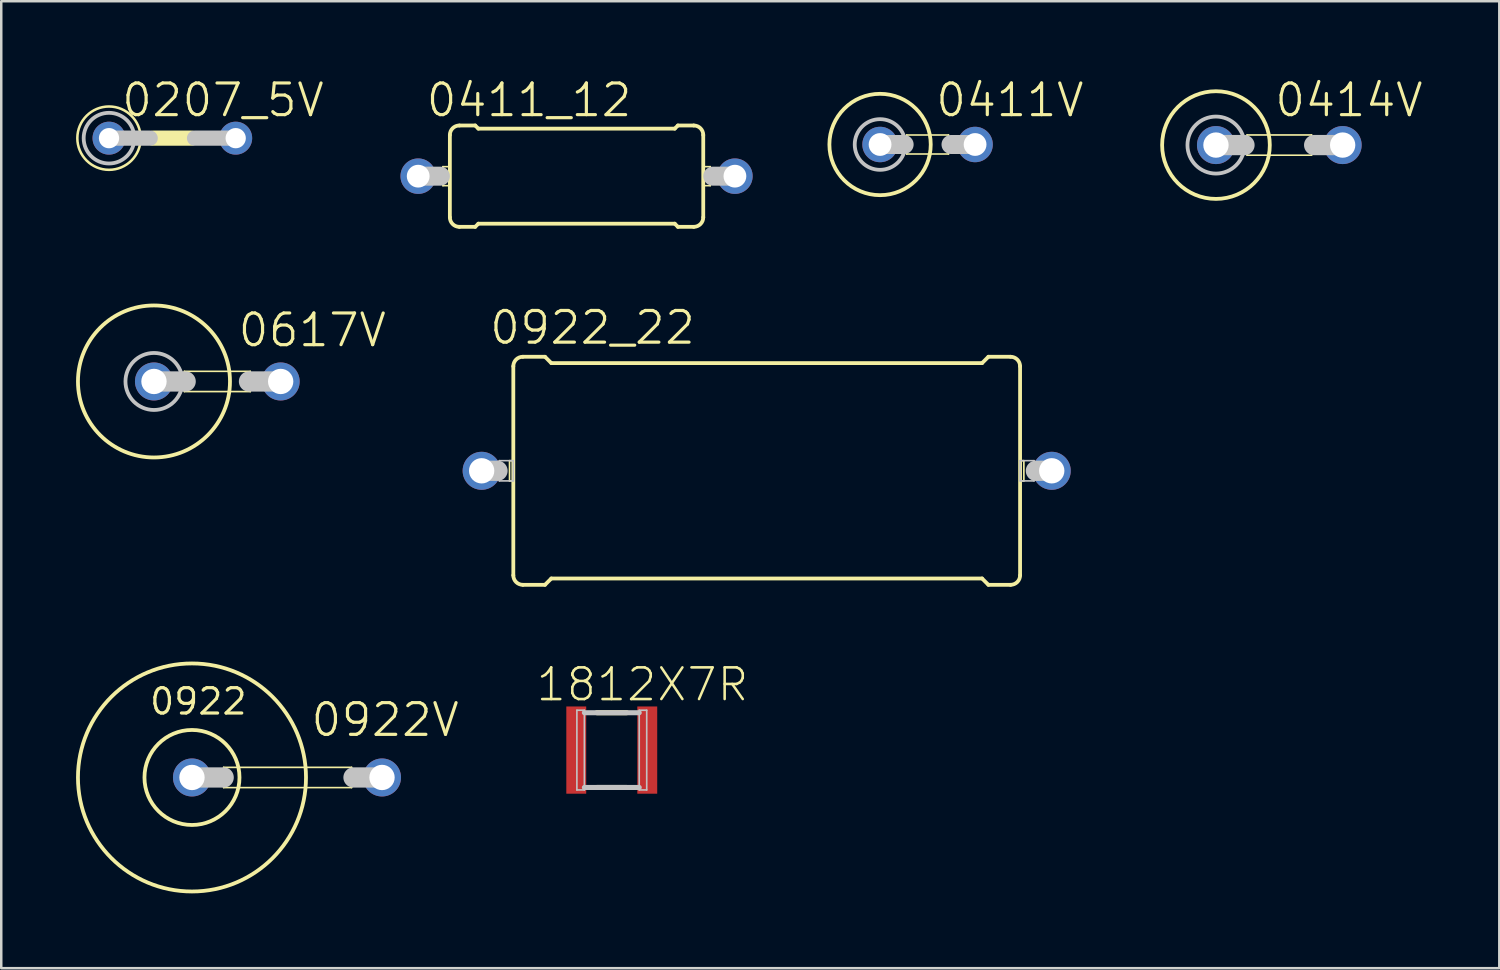
<source format=kicad_pcb>
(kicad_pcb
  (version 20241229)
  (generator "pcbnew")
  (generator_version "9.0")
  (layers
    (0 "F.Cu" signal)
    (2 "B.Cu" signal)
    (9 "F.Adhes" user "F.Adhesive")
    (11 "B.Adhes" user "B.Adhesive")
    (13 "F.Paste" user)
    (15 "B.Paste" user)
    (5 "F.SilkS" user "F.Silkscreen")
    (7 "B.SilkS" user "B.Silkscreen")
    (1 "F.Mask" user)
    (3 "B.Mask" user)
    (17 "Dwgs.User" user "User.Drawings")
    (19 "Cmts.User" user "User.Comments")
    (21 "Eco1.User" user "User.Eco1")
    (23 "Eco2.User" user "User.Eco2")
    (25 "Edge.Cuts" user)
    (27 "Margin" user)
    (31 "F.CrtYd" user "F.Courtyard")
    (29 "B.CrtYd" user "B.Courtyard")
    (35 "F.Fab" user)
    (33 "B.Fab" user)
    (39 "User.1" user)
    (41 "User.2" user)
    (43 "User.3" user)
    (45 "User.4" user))
  (footprint "1812X7R"
    (layer "F.Cu")
    (at 21.482 27.027)
    (property "Reference" "1812X7R" (at 1.229 -2.629 0) (layer "F.SilkS") (effects (font (size 1.27 1.27) (thickness 0.102))))
    (attr smd)
    (fp_line (start -0.599 -1.499) (end 0.599 -1.499) (stroke (width 0.203) (type solid)) (layer "F.SilkS"))
    (fp_line (start 0.599 1.499) (end -0.599 1.499) (stroke (width 0.203) (type solid)) (layer "F.SilkS"))
    (fp_line (start -1.4 -1.598) (end -1.1 -1.598) (stroke (width 0.066) (type solid)) (layer "Dwgs.User"))
    (fp_line (start -1.4 1.598) (end -1.4 -1.598) (stroke (width 0.066) (type solid)) (layer "Dwgs.User"))
    (fp_line (start -1.4 1.598) (end -1.1 1.598) (stroke (width 0.066) (type solid)) (layer "Dwgs.User"))
    (fp_line (start -1.1 -1.499) (end 1.1 -1.499) (stroke (width 0.203) (type solid)) (layer "Dwgs.User"))
    (fp_line (start -1.1 1.598) (end -1.1 -1.598) (stroke (width 0.066) (type solid)) (layer "Dwgs.User"))
    (fp_line (start 1.1 -1.598) (end 1.4 -1.598) (stroke (width 0.066) (type solid)) (layer "Dwgs.User"))
    (fp_line (start 1.1 1.499) (end -1.1 1.499) (stroke (width 0.203) (type solid)) (layer "Dwgs.User"))
    (fp_line (start 1.1 1.598) (end 1.1 -1.598) (stroke (width 0.066) (type solid)) (layer "Dwgs.User"))
    (fp_line (start 1.1 1.598) (end 1.4 1.598) (stroke (width 0.066) (type solid)) (layer "Dwgs.User"))
    (fp_line (start 1.4 1.598) (end 1.4 -1.598) (stroke (width 0.066) (type solid)) (layer "Dwgs.User"))
    (pad "1" smd rect (at -1.425 0) (size 0.798 3.498) (layers "F.Cu" "F.Mask" "F.Paste"))
    (pad "2" smd rect (at 1.422 0 180) (size 0.798 3.498) (layers "F.Cu" "F.Mask" "F.Paste")))
  (footprint "0207_5V"
    (layer "F.Cu")
    (at 3.861 2.49)
    (property "Reference" "0207_5V" (at 2.032 -1.524 0) (layer "F.SilkS") (effects (font (size 1.27 1.27) (thickness 0.127))))
    (attr exclude_from_pos_files exclude_from_bom)
    (fp_line (start -0.762 0) (end 0.762 0) (stroke (width 0.61) (type solid)) (layer "F.SilkS"))
    (fp_circle (center -2.54 0) (end -2.54 -1.27) (stroke (width 0.102) (type solid)) (fill no) (layer "F.SilkS"))
    (fp_line (start -2.54 0) (end -0.889 0) (stroke (width 0.61) (type solid)) (layer "Dwgs.User"))
    (fp_line (start 0.889 0) (end 2.54 0) (stroke (width 0.61) (type solid)) (layer "Dwgs.User"))
    (fp_circle (center -2.54 0) (end -2.54 -1.016) (stroke (width 0.152) (type solid)) (fill no) (layer "Dwgs.User"))
    (pad "1" thru_hole circle (at -2.54 0) (size 1.321 1.321) (drill 0.813) (layers "*.Cu" "*.Paste" "*.Mask"))
    (pad "2" thru_hole circle (at 2.54 0) (size 1.321 1.321) (drill 0.813) (layers "*.Cu" "*.Paste" "*.Mask")))
  (footprint "0922_22"
    (layer "F.Cu")
    (at 27.693 15.828)
    (property "Reference" "0922_22" (at -6.985 -5.74 0) (layer "F.SilkS") (effects (font (size 1.27 1.27) (thickness 0.127))))
    (attr exclude_from_pos_files exclude_from_bom)
    (fp_line (start -10.312 -0.406) (end -10.16 -0.406) (stroke (width 0.066) (type solid)) (layer "F.SilkS"))
    (fp_line (start -10.312 0.406) (end -10.312 -0.406) (stroke (width 0.066) (type solid)) (layer "F.SilkS"))
    (fp_line (start -10.312 0.406) (end -10.16 0.406) (stroke (width 0.066) (type solid)) (layer "F.SilkS"))
    (fp_line (start -10.16 0.406) (end -10.16 -0.406) (stroke (width 0.066) (type solid)) (layer "F.SilkS"))
    (fp_line (start -10.16 4.191) (end -10.16 -4.191) (stroke (width 0.152) (type solid)) (layer "F.SilkS"))
    (fp_line (start -9.779 -4.572) (end -8.89 -4.572) (stroke (width 0.152) (type solid)) (layer "F.SilkS"))
    (fp_line (start -9.779 4.572) (end -8.89 4.572) (stroke (width 0.152) (type solid)) (layer "F.SilkS"))
    (fp_line (start -8.636 -4.318) (end -8.89 -4.572) (stroke (width 0.152) (type solid)) (layer "F.SilkS"))
    (fp_line (start -8.636 4.318) (end -8.89 4.572) (stroke (width 0.152) (type solid)) (layer "F.SilkS"))
    (fp_line (start 8.636 -4.318) (end -8.636 -4.318) (stroke (width 0.152) (type solid)) (layer "F.SilkS"))
    (fp_line (start 8.636 -4.318) (end 8.89 -4.572) (stroke (width 0.152) (type solid)) (layer "F.SilkS"))
    (fp_line (start 8.636 4.318) (end -8.636 4.318) (stroke (width 0.152) (type solid)) (layer "F.SilkS"))
    (fp_line (start 8.636 4.318) (end 8.89 4.572) (stroke (width 0.152) (type solid)) (layer "F.SilkS"))
    (fp_line (start 9.779 -4.572) (end 8.89 -4.572) (stroke (width 0.152) (type solid)) (layer "F.SilkS"))
    (fp_line (start 9.779 4.572) (end 8.89 4.572) (stroke (width 0.152) (type solid)) (layer "F.SilkS"))
    (fp_line (start 10.16 -0.406) (end 10.312 -0.406) (stroke (width 0.066) (type solid)) (layer "F.SilkS"))
    (fp_line (start 10.16 0.406) (end 10.16 -0.406) (stroke (width 0.066) (type solid)) (layer "F.SilkS"))
    (fp_line (start 10.16 0.406) (end 10.312 0.406) (stroke (width 0.066) (type solid)) (layer "F.SilkS"))
    (fp_line (start 10.16 4.191) (end 10.16 -4.191) (stroke (width 0.152) (type solid)) (layer "F.SilkS"))
    (fp_line (start 10.312 0.406) (end 10.312 -0.406) (stroke (width 0.066) (type solid)) (layer "F.SilkS"))
    (fp_arc (start -10.16 -4.191) (mid -10.048408 -4.460408) (end -9.779 -4.572) (stroke (width 0.1524) (type solid)) (layer "F.SilkS"))
    (fp_arc (start -9.779 4.572) (mid -10.048408 4.460408) (end -10.16 4.191) (stroke (width 0.1524) (type solid)) (layer "F.SilkS"))
    (fp_arc (start 9.779 -4.572) (mid 10.048408 -4.460408) (end 10.16 -4.191) (stroke (width 0.1524) (type solid)) (layer "F.SilkS"))
    (fp_arc (start 10.16 4.191) (mid 10.048408 4.460408) (end 9.779 4.572) (stroke (width 0.1524) (type solid)) (layer "F.SilkS"))
    (fp_line (start -11.43 0) (end -10.795 0) (stroke (width 0.813) (type solid)) (layer "Dwgs.User"))
    (fp_line (start -10.719 -0.406) (end -10.16 -0.406) (stroke (width 0.066) (type solid)) (layer "Dwgs.User"))
    (fp_line (start -10.719 0.406) (end -10.719 -0.406) (stroke (width 0.066) (type solid)) (layer "Dwgs.User"))
    (fp_line (start -10.719 0.406) (end -10.16 0.406) (stroke (width 0.066) (type solid)) (layer "Dwgs.User"))
    (fp_line (start -10.16 0.406) (end -10.16 -0.406) (stroke (width 0.066) (type solid)) (layer "Dwgs.User"))
    (fp_line (start 10.16 -0.406) (end 10.719 -0.406) (stroke (width 0.066) (type solid)) (layer "Dwgs.User"))
    (fp_line (start 10.16 0.406) (end 10.16 -0.406) (stroke (width 0.066) (type solid)) (layer "Dwgs.User"))
    (fp_line (start 10.16 0.406) (end 10.719 0.406) (stroke (width 0.066) (type solid)) (layer "Dwgs.User"))
    (fp_line (start 10.719 0.406) (end 10.719 -0.406) (stroke (width 0.066) (type solid)) (layer "Dwgs.User"))
    (fp_line (start 11.43 0) (end 10.795 0) (stroke (width 0.813) (type solid)) (layer "Dwgs.User"))
    (pad "1" thru_hole circle (at -11.43 0) (size 1.524 1.524) (drill 1.016) (layers "*.Cu" "*.Paste" "*.Mask"))
    (pad "2" thru_hole circle (at 11.43 0) (size 1.524 1.524) (drill 1.016) (layers "*.Cu" "*.Paste" "*.Mask")))
  (footprint "0411_12"
    (layer "F.Cu")
    (at 20.069 4.014)
    (property "Reference" "0411_12" (at -1.905 -3.048 0) (layer "F.SilkS") (effects (font (size 1.27 1.27) (thickness 0.127))))
    (attr exclude_from_pos_files exclude_from_bom)
    (fp_line (start -5.359 -0.381) (end -5.08 -0.381) (stroke (width 0.066) (type solid)) (layer "F.SilkS"))
    (fp_line (start -5.359 0.381) (end -5.359 -0.381) (stroke (width 0.066) (type solid)) (layer "F.SilkS"))
    (fp_line (start -5.359 0.381) (end -5.08 0.381) (stroke (width 0.066) (type solid)) (layer "F.SilkS"))
    (fp_line (start -5.08 -1.651) (end -5.08 1.651) (stroke (width 0.152) (type solid)) (layer "F.SilkS"))
    (fp_line (start -5.08 0.381) (end -5.08 -0.381) (stroke (width 0.066) (type solid)) (layer "F.SilkS"))
    (fp_line (start -4.699 -2.032) (end -4.064 -2.032) (stroke (width 0.152) (type solid)) (layer "F.SilkS"))
    (fp_line (start -4.699 2.032) (end -4.064 2.032) (stroke (width 0.152) (type solid)) (layer "F.SilkS"))
    (fp_line (start -3.937 -1.905) (end -4.064 -2.032) (stroke (width 0.152) (type solid)) (layer "F.SilkS"))
    (fp_line (start -3.937 -1.905) (end 3.937 -1.905) (stroke (width 0.152) (type solid)) (layer "F.SilkS"))
    (fp_line (start -3.937 1.905) (end -4.064 2.032) (stroke (width 0.152) (type solid)) (layer "F.SilkS"))
    (fp_line (start -3.937 1.905) (end 3.937 1.905) (stroke (width 0.152) (type solid)) (layer "F.SilkS"))
    (fp_line (start 3.937 -1.905) (end 4.064 -2.032) (stroke (width 0.152) (type solid)) (layer "F.SilkS"))
    (fp_line (start 3.937 1.905) (end 4.064 2.032) (stroke (width 0.152) (type solid)) (layer "F.SilkS"))
    (fp_line (start 4.699 -2.032) (end 4.064 -2.032) (stroke (width 0.152) (type solid)) (layer "F.SilkS"))
    (fp_line (start 4.699 2.032) (end 4.064 2.032) (stroke (width 0.152) (type solid)) (layer "F.SilkS"))
    (fp_line (start 5.08 -0.381) (end 5.359 -0.381) (stroke (width 0.066) (type solid)) (layer "F.SilkS"))
    (fp_line (start 5.08 0.381) (end 5.08 -0.381) (stroke (width 0.066) (type solid)) (layer "F.SilkS"))
    (fp_line (start 5.08 0.381) (end 5.359 0.381) (stroke (width 0.066) (type solid)) (layer "F.SilkS"))
    (fp_line (start 5.08 1.651) (end 5.08 -1.651) (stroke (width 0.152) (type solid)) (layer "F.SilkS"))
    (fp_line (start 5.359 0.381) (end 5.359 -0.381) (stroke (width 0.066) (type solid)) (layer "F.SilkS"))
    (fp_arc (start -5.08 -1.651) (mid -4.968408 -1.920408) (end -4.699 -2.032) (stroke (width 0.1524) (type solid)) (layer "F.SilkS"))
    (fp_arc (start -4.699 2.032) (mid -4.968408 1.920408) (end -5.08 1.651) (stroke (width 0.1524) (type solid)) (layer "F.SilkS"))
    (fp_arc (start 4.699 -2.032) (mid 4.968408 -1.920408) (end 5.08 -1.651) (stroke (width 0.1524) (type solid)) (layer "F.SilkS"))
    (fp_arc (start 5.08 1.651) (mid 4.968408 1.920408) (end 4.699 2.032) (stroke (width 0.1524) (type solid)) (layer "F.SilkS"))
    (fp_line (start -6.35 0) (end -5.461 0) (stroke (width 0.762) (type solid)) (layer "Dwgs.User"))
    (fp_line (start 6.35 0) (end 5.461 0) (stroke (width 0.762) (type solid)) (layer "Dwgs.User"))
    (pad "1" thru_hole circle (at -6.35 0) (size 1.422 1.422) (drill 0.914) (layers "*.Cu" "*.Paste" "*.Mask"))
    (pad "2" thru_hole circle (at 6.35 0) (size 1.422 1.422) (drill 0.914) (layers "*.Cu" "*.Paste" "*.Mask")))
  (footprint "0922V"
    (layer "F.Cu")
    (at 9.728 28.125)
    (property "Reference" "0922V" (at 2.667 -2.311 0) (layer "F.SilkS") (effects (font (size 1.27 1.27) (thickness 0.127))))
    (attr exclude_from_pos_files exclude_from_bom)
    (fp_line (start -3.81 -0.406) (end 1.321 -0.406) (stroke (width 0.066) (type solid)) (layer "F.SilkS"))
    (fp_line (start -3.81 0.406) (end -3.81 -0.406) (stroke (width 0.066) (type solid)) (layer "F.SilkS"))
    (fp_line (start -3.81 0.406) (end 1.321 0.406) (stroke (width 0.066) (type solid)) (layer "F.SilkS"))
    (fp_line (start 1.321 0.406) (end 1.321 -0.406) (stroke (width 0.066) (type solid)) (layer "F.SilkS"))
    (fp_circle (center -5.08 0) (end -5.08 -4.572) (stroke (width 0.152) (type solid)) (fill no) (layer "F.SilkS"))
    (fp_circle (center -5.08 0) (end -5.08 -1.905) (stroke (width 0.152) (type solid)) (fill no) (layer "F.SilkS"))
    (fp_line (start -5.08 0) (end -3.81 0) (stroke (width 0.813) (type solid)) (layer "Dwgs.User"))
    (fp_line (start 2.54 0) (end 1.397 0) (stroke (width 0.813) (type solid)) (layer "Dwgs.User"))
    (fp_text user "0922" (at -4.826 -3.048 0) (layer "F.SilkS") (effects (font (size 1.016 1.016) (thickness 0.127))))
    (pad "1" thru_hole circle (at -5.08 0) (size 1.524 1.524) (drill 1.016) (layers "*.Cu" "*.Paste" "*.Mask"))
    (pad "2" thru_hole circle (at 2.54 0) (size 1.524 1.524) (drill 1.016) (layers "*.Cu" "*.Paste" "*.Mask")))
  (footprint "0411V"
    (layer "F.Cu")
    (at 34.779 2.744)
    (property "Reference" "0411V" (at 2.667 -1.778 0) (layer "F.SilkS") (effects (font (size 1.27 1.27) (thickness 0.127))))
    (attr exclude_from_pos_files exclude_from_bom)
    (fp_line (start -1.473 -0.381) (end 0.203 -0.381) (stroke (width 0.066) (type solid)) (layer "F.SilkS"))
    (fp_line (start -1.473 0.381) (end -1.473 -0.381) (stroke (width 0.066) (type solid)) (layer "F.SilkS"))
    (fp_line (start -1.473 0.381) (end 0.203 0.381) (stroke (width 0.066) (type solid)) (layer "F.SilkS"))
    (fp_line (start 0.203 0.381) (end 0.203 -0.381) (stroke (width 0.066) (type solid)) (layer "F.SilkS"))
    (fp_circle (center -2.54 0) (end -2.54 -2.032) (stroke (width 0.152) (type solid)) (fill no) (layer "F.SilkS"))
    (fp_line (start -1.575 0) (end -2.54 0) (stroke (width 0.762) (type solid)) (layer "Dwgs.User"))
    (fp_line (start 1.27 0) (end 0.305 0) (stroke (width 0.762) (type solid)) (layer "Dwgs.User"))
    (fp_circle (center -2.54 0) (end -2.54 -1.016) (stroke (width 0.152) (type solid)) (fill no) (layer "Dwgs.User"))
    (pad "1" thru_hole circle (at -2.54 0) (size 1.422 1.422) (drill 0.914) (layers "*.Cu" "*.Paste" "*.Mask"))
    (pad "2" thru_hole circle (at 1.27 0) (size 1.422 1.422) (drill 0.914) (layers "*.Cu" "*.Paste" "*.Mask")))
  (footprint "0414V"
    (layer "F.Cu")
    (at 48.248 2.767)
    (property "Reference" "0414V" (at 2.794 -1.801 0) (layer "F.SilkS") (effects (font (size 1.27 1.27) (thickness 0.127))))
    (attr exclude_from_pos_files exclude_from_bom)
    (fp_line (start -1.293 -0.406) (end 1.293 -0.406) (stroke (width 0.066) (type solid)) (layer "F.SilkS"))
    (fp_line (start -1.293 0.406) (end -1.293 -0.406) (stroke (width 0.066) (type solid)) (layer "F.SilkS"))
    (fp_line (start -1.293 0.406) (end 1.293 0.406) (stroke (width 0.066) (type solid)) (layer "F.SilkS"))
    (fp_line (start 1.293 0.406) (end 1.293 -0.406) (stroke (width 0.066) (type solid)) (layer "F.SilkS"))
    (fp_circle (center -2.54 0) (end -2.54 -2.159) (stroke (width 0.152) (type solid)) (fill no) (layer "F.SilkS"))
    (fp_line (start -2.54 0) (end -1.397 0) (stroke (width 0.813) (type solid)) (layer "Dwgs.User"))
    (fp_line (start 2.54 0) (end 1.397 0) (stroke (width 0.813) (type solid)) (layer "Dwgs.User"))
    (fp_circle (center -2.54 0) (end -2.54 -1.143) (stroke (width 0.152) (type solid)) (fill no) (layer "Dwgs.User"))
    (pad "1" thru_hole circle (at -2.54 0) (size 1.524 1.524) (drill 1.016) (layers "*.Cu" "*.Paste" "*.Mask"))
    (pad "2" thru_hole circle (at 2.54 0) (size 1.524 1.524) (drill 1.016) (layers "*.Cu" "*.Paste" "*.Mask")))
  (footprint "0617V"
    (layer "F.Cu")
    (at 5.664 12.246)
    (property "Reference" "0617V" (at 3.81 -2.057 0) (layer "F.SilkS") (effects (font (size 1.27 1.27) (thickness 0.127))))
    (attr exclude_from_pos_files exclude_from_bom)
    (fp_line (start -1.321 -0.406) (end 1.321 -0.406) (stroke (width 0.066) (type solid)) (layer "F.SilkS"))
    (fp_line (start -1.321 0.406) (end -1.321 -0.406) (stroke (width 0.066) (type solid)) (layer "F.SilkS"))
    (fp_line (start -1.321 0.406) (end 1.321 0.406) (stroke (width 0.066) (type solid)) (layer "F.SilkS"))
    (fp_line (start 1.321 0.406) (end 1.321 -0.406) (stroke (width 0.066) (type solid)) (layer "F.SilkS"))
    (fp_circle (center -2.54 0) (end -2.54 -3.048) (stroke (width 0.152) (type solid)) (fill no) (layer "F.SilkS"))
    (fp_line (start -2.54 0) (end -1.27 0) (stroke (width 0.813) (type solid)) (layer "Dwgs.User"))
    (fp_line (start 1.27 0) (end 2.54 0) (stroke (width 0.813) (type solid)) (layer "Dwgs.User"))
    (fp_circle (center -2.54 0) (end -2.54 -1.143) (stroke (width 0.152) (type solid)) (fill no) (layer "Dwgs.User"))
    (pad "1" thru_hole circle (at -2.54 0) (size 1.524 1.524) (drill 1.016) (layers "*.Cu" "*.Paste" "*.Mask"))
    (pad "2" thru_hole circle (at 2.54 0) (size 1.524 1.524) (drill 1.016) (layers "*.Cu" "*.Paste" "*.Mask")))
  (gr_rect
    (start -3 -3)
    (end 57.069 35.773)
    (stroke (width 0.1) (type default))
    (fill no)
    (layer "Edge.Cuts")))
</source>
